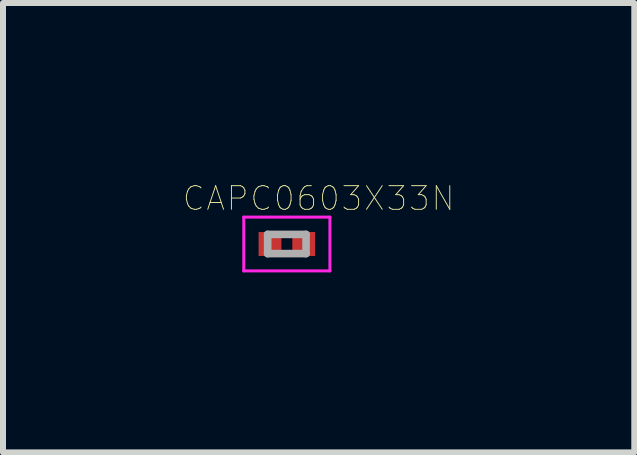
<source format=kicad_pcb>
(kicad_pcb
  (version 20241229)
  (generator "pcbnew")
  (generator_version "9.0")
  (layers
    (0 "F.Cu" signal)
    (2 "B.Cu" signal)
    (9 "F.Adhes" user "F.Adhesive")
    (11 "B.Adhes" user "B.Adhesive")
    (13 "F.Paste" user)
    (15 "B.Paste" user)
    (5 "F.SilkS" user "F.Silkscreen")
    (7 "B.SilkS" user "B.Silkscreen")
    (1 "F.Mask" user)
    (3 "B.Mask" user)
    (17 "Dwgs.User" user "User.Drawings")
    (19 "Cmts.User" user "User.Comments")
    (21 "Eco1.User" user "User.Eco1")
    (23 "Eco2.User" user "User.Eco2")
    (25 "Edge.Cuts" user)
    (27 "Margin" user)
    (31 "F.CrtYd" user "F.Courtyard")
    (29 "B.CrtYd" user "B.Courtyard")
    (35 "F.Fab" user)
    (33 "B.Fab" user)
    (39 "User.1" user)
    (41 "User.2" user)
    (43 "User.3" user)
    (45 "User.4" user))
  (footprint "CAPC0603X33N"
    (layer "F.Cu")
    (at 1.731 1.017)
    (property "Reference" "CAPC0603X33N" (at 0.53 -0.76 0) (layer "F.SilkS") (effects (font (size 0.394 0.394) (thickness 0.015))))
    (attr through_hole)
    (fp_line (start -0.718 -0.448) (end 0.718 -0.448) (stroke (width 0.05) (type solid)) (layer "F.CrtYd"))
    (fp_line (start -0.718 0.448) (end -0.718 -0.448) (stroke (width 0.05) (type solid)) (layer "F.CrtYd"))
    (fp_line (start -0.718 0.448) (end 0.718 0.448) (stroke (width 0.05) (type solid)) (layer "F.CrtYd"))
    (fp_line (start 0.718 0.448) (end 0.718 -0.448) (stroke (width 0.05) (type solid)) (layer "F.CrtYd"))
    (fp_line (start -0.32 0.16) (end -0.32 -0.16) (stroke (width 0.127) (type solid)) (layer "F.Fab"))
    (fp_line (start 0.32 -0.16) (end -0.32 -0.16) (stroke (width 0.127) (type solid)) (layer "F.Fab"))
    (fp_line (start 0.32 0.16) (end -0.32 0.16) (stroke (width 0.127) (type solid)) (layer "F.Fab"))
    (fp_line (start 0.32 0.16) (end 0.32 -0.16) (stroke (width 0.127) (type solid)) (layer "F.Fab"))
    (pad "1" smd rect (at -0.281 0) (size 0.38 0.4) (layers "F.Cu" "F.Mask" "F.Paste"))
    (pad "2" smd rect (at 0.281 0) (size 0.38 0.4) (layers "F.Cu" "F.Mask" "F.Paste")))
  (gr_rect
    (start -3 -3)
    (end 7.522 4.49)
    (stroke (width 0.1) (type default))
    (fill no)
    (layer "Edge.Cuts")))
</source>
